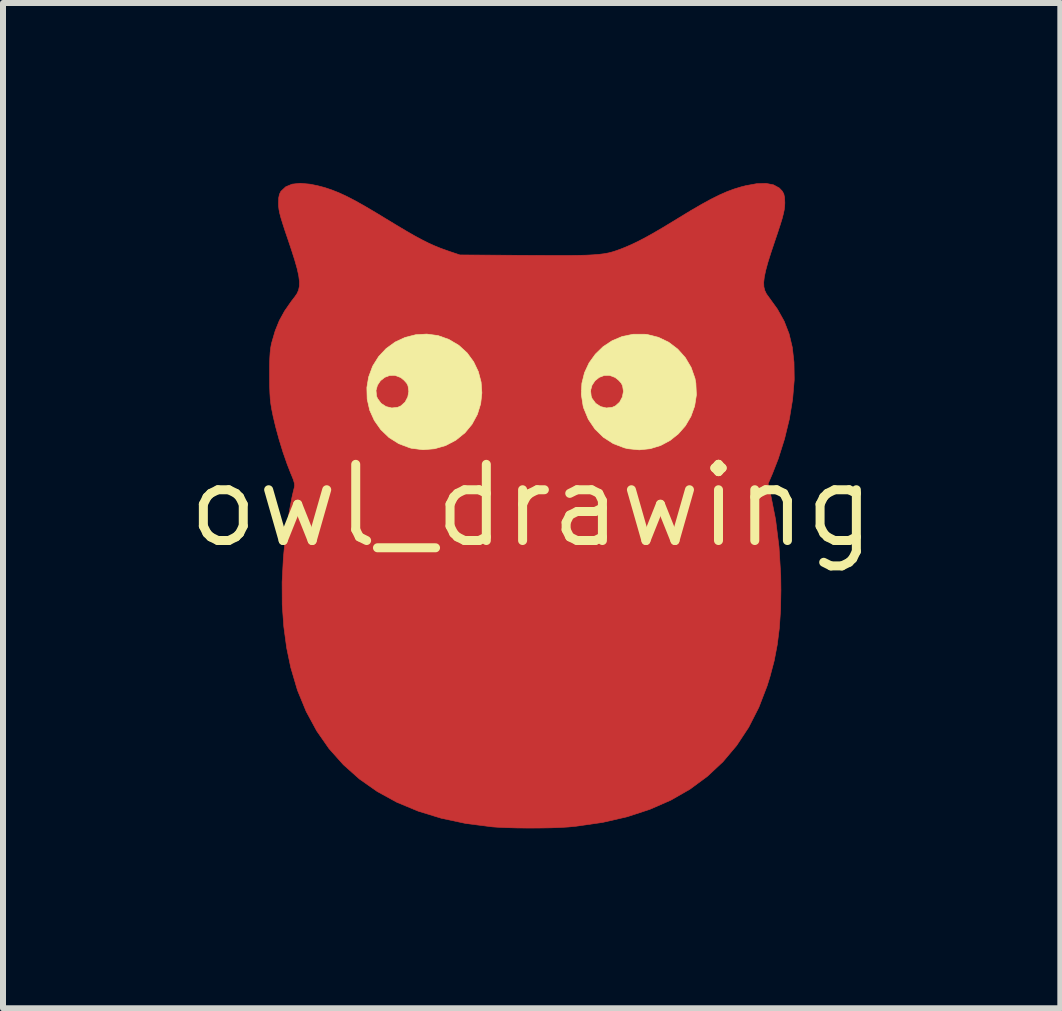
<source format=kicad_pcb>
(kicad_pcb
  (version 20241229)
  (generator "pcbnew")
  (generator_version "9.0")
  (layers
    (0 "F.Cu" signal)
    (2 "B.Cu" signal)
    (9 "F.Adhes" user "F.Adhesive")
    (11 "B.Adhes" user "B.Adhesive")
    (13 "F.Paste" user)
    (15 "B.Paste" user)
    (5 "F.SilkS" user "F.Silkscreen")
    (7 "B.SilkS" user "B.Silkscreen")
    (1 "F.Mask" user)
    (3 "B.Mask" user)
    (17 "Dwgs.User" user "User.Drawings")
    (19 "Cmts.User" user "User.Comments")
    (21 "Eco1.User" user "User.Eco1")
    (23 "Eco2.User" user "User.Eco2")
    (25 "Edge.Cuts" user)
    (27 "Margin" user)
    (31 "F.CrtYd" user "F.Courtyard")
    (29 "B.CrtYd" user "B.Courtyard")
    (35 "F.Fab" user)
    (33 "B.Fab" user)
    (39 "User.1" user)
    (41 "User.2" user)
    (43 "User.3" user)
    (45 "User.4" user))
  (footprint "owl_drawing"
    (layer "F.Cu")
    (at 5.813 5.381)
    (property "Reference" "owl_drawing" (at 0 0 0) (layer "F.SilkS") (effects (font (size 1.27 1.27) (thickness 0.15))))
    (attr through_hole)
    (fp_poly (pts (xy -3.695 -5.361) (xy -3.567 -5.335) (xy -3.449 -5.304) (xy -3.333 -5.265) (xy -3.214 -5.218) (xy -3.086 -5.159) (xy -2.943 -5.085) (xy -2.781 -4.994) (xy -2.593 -4.883) (xy -2.445 -4.793) (xy -2.252 -4.676) (xy -2.089 -4.579) (xy -1.95 -4.499) (xy -1.829 -4.434) (xy -1.72 -4.379) (xy -1.618 -4.333) (xy -1.517 -4.292) (xy -1.411 -4.254) (xy -1.369 -4.239) (xy -1.196 -4.181) (xy -0.075 -4.174) (xy 0.191 -4.173) (xy 0.418 -4.172) (xy 0.611 -4.172) (xy 0.774 -4.174) (xy 0.911 -4.177) (xy 1.026 -4.183) (xy 1.122 -4.191) (xy 1.205 -4.201) (xy 1.277 -4.214) (xy 1.344 -4.231) (xy 1.409 -4.252) (xy 1.476 -4.276) (xy 1.549 -4.305) (xy 1.559 -4.309) (xy 1.661 -4.353) (xy 1.77 -4.405) (xy 1.889 -4.467) (xy 2.026 -4.543) (xy 2.185 -4.636) (xy 2.372 -4.749) (xy 2.445 -4.794) (xy 2.654 -4.921) (xy 2.835 -5.026) (xy 2.992 -5.112) (xy 3.131 -5.181) (xy 3.258 -5.237) (xy 3.377 -5.281) (xy 3.496 -5.317) (xy 3.567 -5.335) (xy 3.751 -5.369) (xy 3.906 -5.374) (xy 4.031 -5.35) (xy 4.128 -5.297) (xy 4.178 -5.244) (xy 4.203 -5.198) (xy 4.216 -5.14) (xy 4.22 -5.055) (xy 4.22 -5.042) (xy 4.217 -4.989) (xy 4.21 -4.932) (xy 4.196 -4.867) (xy 4.175 -4.785) (xy 4.143 -4.682) (xy 4.1 -4.55) (xy 4.057 -4.423) (xy 3.99 -4.223) (xy 3.938 -4.058) (xy 3.901 -3.922) (xy 3.878 -3.812) (xy 3.868 -3.723) (xy 3.871 -3.649) (xy 3.887 -3.587) (xy 3.914 -3.531) (xy 3.951 -3.48) (xy 4.096 -3.279) (xy 4.209 -3.077) (xy 4.291 -2.866) (xy 4.345 -2.64) (xy 4.373 -2.392) (xy 4.377 -2.115) (xy 4.376 -2.085) (xy 4.35 -1.775) (xy 4.296 -1.447) (xy 4.215 -1.113) (xy 4.111 -0.784) (xy 4.013 -0.533) (xy 3.941 -0.366) (xy 3.981 -0.2) (xy 4.066 0.229) (xy 4.123 0.685) (xy 4.152 1.163) (xy 4.155 1.408) (xy 4.149 1.738) (xy 4.129 2.038) (xy 4.094 2.317) (xy 4.043 2.584) (xy 3.973 2.848) (xy 3.926 3) (xy 3.787 3.361) (xy 3.618 3.693) (xy 3.418 3.996) (xy 3.189 4.268) (xy 2.929 4.511) (xy 2.639 4.725) (xy 2.32 4.908) (xy 1.97 5.061) (xy 1.591 5.185) (xy 1.182 5.279) (xy 0.744 5.342) (xy 0.614 5.355) (xy 0.483 5.363) (xy 0.322 5.369) (xy 0.14 5.372) (xy -0.051 5.373) (xy -0.241 5.371) (xy -0.418 5.366) (xy -0.571 5.359) (xy -0.655 5.353) (xy -1.095 5.297) (xy -1.508 5.209) (xy -1.892 5.091) (xy -2.248 4.943) (xy -2.574 4.764) (xy -2.872 4.555) (xy -3.139 4.317) (xy -3.377 4.05) (xy -3.583 3.754) (xy -3.759 3.429) (xy -3.904 3.076) (xy -4.016 2.696) (xy -4.084 2.37) (xy -4.132 2.014) (xy -4.158 1.651) (xy -4.16 1.273) (xy -4.139 0.872) (xy -4.114 0.603) (xy -4.098 0.465) (xy -4.076 0.312) (xy -4.05 0.154) (xy -4.023 0.002) (xy -3.997 -0.135) (xy -3.972 -0.246) (xy -3.96 -0.292) (xy -3.952 -0.333) (xy -3.956 -0.377) (xy -3.973 -0.436) (xy -4.007 -0.52) (xy -4.012 -0.53) (xy -4.077 -0.697) (xy -4.145 -0.892) (xy -4.209 -1.1) (xy -4.266 -1.308) (xy -4.312 -1.501) (xy -4.312 -1.503) (xy -4.333 -1.606) (xy -4.348 -1.696) (xy -4.358 -1.784) (xy -4.364 -1.881) (xy -4.368 -1.997) (xy -4.369 -2.143) (xy -4.369 -2.17) (xy -4.369 -2.328) (xy -4.366 -2.453) (xy -4.36 -2.551) (xy -4.351 -2.631) (xy -4.338 -2.7) (xy -4.333 -2.72) (xy -4.276 -2.915) (xy -4.207 -3.086) (xy -4.119 -3.246) (xy -4.006 -3.409) (xy -3.95 -3.481) (xy -3.912 -3.536) (xy -3.886 -3.594) (xy -3.872 -3.66) (xy -3.871 -3.738) (xy -3.883 -3.834) (xy -3.909 -3.952) (xy -3.95 -4.096) (xy -4.006 -4.271) (xy -4.057 -4.424) (xy -4.111 -4.582) (xy -4.151 -4.706) (xy -4.181 -4.803) (xy -4.201 -4.88) (xy -4.213 -4.942) (xy -4.219 -4.996) (xy -4.22 -5.043) (xy -4.217 -5.133) (xy -4.204 -5.194) (xy -4.18 -5.242) (xy -4.178 -5.244) (xy -4.1 -5.317) (xy -3.994 -5.361) (xy -3.859 -5.376) (xy -3.695 -5.361)) (stroke (width 0.01) (type solid)) (fill yes) (layer "F.Cu"))
    (fp_poly (pts (xy 0.212 -1.29) (xy 0.383 -1.288) (xy 0.511 -1.283) (xy 0.596 -1.277) (xy 0.64 -1.268) (xy 0.642 -1.268) (xy 0.7 -1.226) (xy 0.739 -1.167) (xy 0.76 -1.09) (xy 0.76 -0.992) (xy 0.741 -0.872) (xy 0.7 -0.727) (xy 0.639 -0.554) (xy 0.556 -0.352) (xy 0.451 -0.119) (xy 0.324 0.146) (xy 0.249 0.297) (xy 0.187 0.414) (xy 0.136 0.499) (xy 0.094 0.558) (xy 0.057 0.594) (xy 0.022 0.611) (xy 0 0.614) (xy -0.045 0.599) (xy -0.093 0.565) (xy -0.094 0.564) (xy -0.119 0.529) (xy -0.158 0.464) (xy -0.208 0.373) (xy -0.264 0.266) (xy -0.323 0.148) (xy -0.324 0.146) (xy -0.452 -0.12) (xy -0.557 -0.353) (xy -0.639 -0.555) (xy -0.701 -0.727) (xy -0.741 -0.873) (xy -0.76 -0.993) (xy -0.76 -1.09) (xy -0.739 -1.167) (xy -0.7 -1.226) (xy -0.642 -1.268) (xy -0.602 -1.276) (xy -0.521 -1.282) (xy -0.397 -1.287) (xy -0.231 -1.29) (xy -0.023 -1.291) (xy 0 -1.291) (xy 0.212 -1.29)) (stroke (width 0.01) (type solid)) (fill yes) (layer "F.Mask"))
    (fp_poly (pts (xy -3.695 -5.361) (xy -3.567 -5.335) (xy -3.449 -5.304) (xy -3.333 -5.265) (xy -3.214 -5.218) (xy -3.086 -5.159) (xy -2.943 -5.085) (xy -2.781 -4.994) (xy -2.593 -4.883) (xy -2.445 -4.793) (xy -2.252 -4.676) (xy -2.089 -4.579) (xy -1.95 -4.499) (xy -1.829 -4.434) (xy -1.72 -4.379) (xy -1.618 -4.333) (xy -1.517 -4.292) (xy -1.411 -4.254) (xy -1.369 -4.239) (xy -1.196 -4.181) (xy -0.075 -4.174) (xy 0.191 -4.173) (xy 0.418 -4.172) (xy 0.611 -4.172) (xy 0.774 -4.174) (xy 0.911 -4.177) (xy 1.026 -4.183) (xy 1.122 -4.191) (xy 1.205 -4.201) (xy 1.277 -4.214) (xy 1.344 -4.231) (xy 1.409 -4.252) (xy 1.476 -4.276) (xy 1.549 -4.305) (xy 1.559 -4.309) (xy 1.661 -4.353) (xy 1.77 -4.405) (xy 1.889 -4.467) (xy 2.026 -4.543) (xy 2.185 -4.636) (xy 2.372 -4.749) (xy 2.445 -4.794) (xy 2.654 -4.921) (xy 2.835 -5.026) (xy 2.992 -5.112) (xy 3.131 -5.181) (xy 3.258 -5.237) (xy 3.377 -5.281) (xy 3.496 -5.317) (xy 3.567 -5.335) (xy 3.751 -5.369) (xy 3.906 -5.374) (xy 4.031 -5.35) (xy 4.128 -5.297) (xy 4.178 -5.244) (xy 4.203 -5.198) (xy 4.216 -5.14) (xy 4.22 -5.055) (xy 4.22 -5.042) (xy 4.217 -4.989) (xy 4.21 -4.932) (xy 4.196 -4.867) (xy 4.175 -4.785) (xy 4.143 -4.682) (xy 4.1 -4.55) (xy 4.057 -4.423) (xy 3.99 -4.223) (xy 3.938 -4.058) (xy 3.901 -3.922) (xy 3.878 -3.812) (xy 3.868 -3.723) (xy 3.871 -3.649) (xy 3.887 -3.587) (xy 3.914 -3.531) (xy 3.951 -3.48) (xy 4.096 -3.279) (xy 4.209 -3.077) (xy 4.291 -2.866) (xy 4.345 -2.64) (xy 4.373 -2.392) (xy 4.377 -2.115) (xy 4.376 -2.085) (xy 4.35 -1.775) (xy 4.296 -1.449) (xy 4.216 -1.115) (xy 4.112 -0.787) (xy 4.013 -0.534) (xy 3.942 -0.369) (xy 3.992 -0.147) (xy 4.037 0.076) (xy 4.076 0.324) (xy 4.11 0.585) (xy 4.136 0.851) (xy 4.154 1.11) (xy 4.163 1.352) (xy 4.162 1.567) (xy 4.16 1.63) (xy 4.138 1.942) (xy 4.106 2.223) (xy 4.063 2.481) (xy 4.007 2.727) (xy 3.936 2.969) (xy 3.926 3) (xy 3.787 3.361) (xy 3.618 3.693) (xy 3.418 3.996) (xy 3.189 4.268) (xy 2.929 4.511) (xy 2.639 4.725) (xy 2.32 4.908) (xy 1.97 5.061) (xy 1.591 5.185) (xy 1.182 5.279) (xy 0.744 5.342) (xy 0.614 5.355) (xy 0.483 5.363) (xy 0.322 5.369) (xy 0.14 5.372) (xy -0.051 5.373) (xy -0.241 5.371) (xy -0.418 5.366) (xy -0.571 5.359) (xy -0.655 5.353) (xy -1.095 5.297) (xy -1.508 5.209) (xy -1.892 5.091) (xy -2.248 4.943) (xy -2.574 4.764) (xy -2.872 4.555) (xy -3.139 4.317) (xy -3.377 4.05) (xy -3.583 3.754) (xy -3.759 3.429) (xy -3.904 3.076) (xy -4.016 2.696) (xy -4.084 2.37) (xy -4.132 2.014) (xy -4.158 1.651) (xy -4.16 1.273) (xy -4.139 0.872) (xy -4.114 0.603) (xy -4.098 0.465) (xy -4.076 0.312) (xy -4.05 0.154) (xy -4.023 0.002) (xy -3.997 -0.135) (xy -3.972 -0.246) (xy -3.96 -0.292) (xy -3.952 -0.333) (xy -3.956 -0.377) (xy -3.973 -0.436) (xy -4.007 -0.52) (xy -4.012 -0.53) (xy -4.077 -0.697) (xy -4.145 -0.892) (xy -4.209 -1.1) (xy -4.266 -1.308) (xy -4.312 -1.501) (xy -4.312 -1.503) (xy -4.333 -1.606) (xy -4.348 -1.696) (xy -4.358 -1.784) (xy -4.364 -1.881) (xy -4.368 -1.997) (xy -4.369 -2.143) (xy -4.369 -2.17) (xy -4.369 -2.328) (xy -4.368 -2.336) (xy -4.094 -2.336) (xy -4.094 -2.043) (xy -4.059 -1.726) (xy -3.989 -1.384) (xy -3.891 -1.042) (xy -3.85 -0.92) (xy -3.804 -0.79) (xy -3.758 -0.67) (xy -3.725 -0.588) (xy -3.643 -0.399) (xy -3.693 -0.173) (xy -3.787 0.315) (xy -3.847 0.796) (xy -3.874 1.266) (xy -3.867 1.72) (xy -3.826 2.155) (xy -3.777 2.448) (xy -3.683 2.825) (xy -3.557 3.174) (xy -3.4 3.495) (xy -3.212 3.788) (xy -2.992 4.052) (xy -2.743 4.287) (xy -2.463 4.493) (xy -2.153 4.668) (xy -1.815 4.814) (xy -1.447 4.929) (xy -1.051 5.014) (xy -0.889 5.039) (xy -0.609 5.068) (xy -0.303 5.085) (xy 0.015 5.091) (xy 0.332 5.084) (xy 0.633 5.065) (xy 0.809 5.047) (xy 1.225 4.979) (xy 1.61 4.881) (xy 1.966 4.753) (xy 2.292 4.595) (xy 2.588 4.408) (xy 2.854 4.191) (xy 3.09 3.944) (xy 3.296 3.668) (xy 3.471 3.362) (xy 3.616 3.027) (xy 3.661 2.9) (xy 3.755 2.556) (xy 3.822 2.185) (xy 3.862 1.79) (xy 3.874 1.377) (xy 3.858 0.95) (xy 3.815 0.514) (xy 3.745 0.072) (xy 3.694 -0.171) (xy 3.643 -0.399) (xy 3.725 -0.588) (xy 3.765 -0.687) (xy 3.811 -0.809) (xy 3.857 -0.939) (xy 3.891 -1.042) (xy 3.994 -1.406) (xy 4.062 -1.745) (xy 4.095 -2.061) (xy 4.093 -2.353) (xy 4.057 -2.622) (xy 3.985 -2.866) (xy 3.879 -3.086) (xy 3.748 -3.27) (xy 3.683 -3.355) (xy 3.633 -3.438) (xy 3.599 -3.526) (xy 3.581 -3.621) (xy 3.579 -3.729) (xy 3.594 -3.854) (xy 3.625 -4.001) (xy 3.672 -4.174) (xy 3.736 -4.378) (xy 3.798 -4.561) (xy 3.841 -4.688) (xy 3.879 -4.807) (xy 3.908 -4.908) (xy 3.929 -4.986) (xy 3.937 -5.032) (xy 3.937 -5.034) (xy 3.937 -5.106) (xy 3.818 -5.091) (xy 3.706 -5.073) (xy 3.595 -5.047) (xy 3.479 -5.01) (xy 3.354 -4.961) (xy 3.216 -4.896) (xy 3.059 -4.815) (xy 2.879 -4.714) (xy 2.672 -4.593) (xy 2.555 -4.522) (xy 2.358 -4.405) (xy 2.192 -4.307) (xy 2.05 -4.227) (xy 1.927 -4.162) (xy 1.817 -4.108) (xy 1.714 -4.063) (xy 1.613 -4.024) (xy 1.517 -3.99) (xy 1.434 -3.964) (xy 1.352 -3.942) (xy 1.267 -3.924) (xy 1.174 -3.909) (xy 1.069 -3.897) (xy 0.947 -3.889) (xy 0.804 -3.882) (xy 0.635 -3.878) (xy 0.436 -3.875) (xy 0.203 -3.874) (xy 0 -3.873) (xy -0.262 -3.874) (xy -0.487 -3.876) (xy -0.678 -3.879) (xy -0.84 -3.883) (xy -0.978 -3.89) (xy -1.095 -3.9) (xy -1.197 -3.912) (xy -1.288 -3.928) (xy -1.372 -3.947) (xy -1.453 -3.97) (xy -1.517 -3.99) (xy -1.621 -4.026) (xy -1.722 -4.066) (xy -1.825 -4.112) (xy -1.936 -4.166) (xy -2.06 -4.233) (xy -2.204 -4.314) (xy -2.372 -4.413) (xy -2.555 -4.522) (xy -2.778 -4.656) (xy -2.971 -4.766) (xy -3.139 -4.857) (xy -3.286 -4.93) (xy -3.417 -4.987) (xy -3.537 -5.03) (xy -3.65 -5.061) (xy -3.761 -5.083) (xy -3.818 -5.091) (xy -3.937 -5.106) (xy -3.937 -5.034) (xy -3.93 -4.993) (xy -3.911 -4.918) (xy -3.882 -4.819) (xy -3.846 -4.702) (xy -3.803 -4.576) (xy -3.798 -4.561) (xy -3.721 -4.33) (xy -3.66 -4.134) (xy -3.616 -3.967) (xy -3.589 -3.825) (xy -3.578 -3.704) (xy -3.584 -3.599) (xy -3.605 -3.506) (xy -3.643 -3.42) (xy -3.696 -3.336) (xy -3.748 -3.27) (xy -3.887 -3.073) (xy -3.991 -2.851) (xy -4.06 -2.606) (xy -4.094 -2.336) (xy -4.368 -2.336) (xy -4.366 -2.453) (xy -4.36 -2.551) (xy -4.351 -2.631) (xy -4.338 -2.7) (xy -4.333 -2.72) (xy -4.276 -2.915) (xy -4.207 -3.086) (xy -4.119 -3.246) (xy -4.006 -3.409) (xy -3.95 -3.481) (xy -3.912 -3.536) (xy -3.886 -3.594) (xy -3.872 -3.66) (xy -3.871 -3.738) (xy -3.883 -3.834) (xy -3.909 -3.952) (xy -3.95 -4.096) (xy -4.006 -4.271) (xy -4.057 -4.424) (xy -4.111 -4.582) (xy -4.151 -4.706) (xy -4.181 -4.803) (xy -4.201 -4.88) (xy -4.213 -4.942) (xy -4.219 -4.996) (xy -4.22 -5.043) (xy -4.217 -5.133) (xy -4.204 -5.194) (xy -4.18 -5.242) (xy -4.178 -5.244) (xy -4.1 -5.317) (xy -3.994 -5.361) (xy -3.859 -5.376) (xy -3.695 -5.361)) (stroke (width 0.01) (type solid)) (fill yes) (layer "F.Mask"))
    (fp_poly (pts (xy -1.561 -2.837) (xy -1.381 -2.773) (xy -1.214 -2.674) (xy -1.075 -2.547) (xy -0.967 -2.399) (xy -0.889 -2.236) (xy -0.843 -2.061) (xy -0.83 -1.881) (xy -0.85 -1.701) (xy -0.904 -1.525) (xy -0.994 -1.359) (xy -1.111 -1.217) (xy -1.264 -1.093) (xy -1.435 -1.003) (xy -1.62 -0.95) (xy -1.811 -0.934) (xy -2.002 -0.958) (xy -2.03 -0.965) (xy -2.216 -1.035) (xy -2.379 -1.138) (xy -2.515 -1.269) (xy -2.623 -1.422) (xy -2.7 -1.593) (xy -2.742 -1.778) (xy -2.746 -1.922) (xy -2.595 -1.922) (xy -2.586 -1.828) (xy -2.57 -1.788) (xy -2.51 -1.707) (xy -2.427 -1.653) (xy -2.332 -1.63) (xy -2.234 -1.641) (xy -2.181 -1.664) (xy -2.11 -1.728) (xy -2.065 -1.813) (xy -2.048 -1.907) (xy -2.061 -1.999) (xy -2.083 -2.043) (xy -2.127 -2.092) (xy -2.183 -2.137) (xy -2.187 -2.139) (xy -2.278 -2.173) (xy -2.368 -2.172) (xy -2.451 -2.14) (xy -2.521 -2.084) (xy -2.571 -2.009) (xy -2.595 -1.922) (xy -2.746 -1.922) (xy -2.747 -1.971) (xy -2.718 -2.145) (xy -2.651 -2.327) (xy -2.551 -2.487) (xy -2.425 -2.621) (xy -2.276 -2.729) (xy -2.11 -2.806) (xy -1.933 -2.851) (xy -1.748 -2.862) (xy -1.561 -2.837)) (stroke (width 0.01) (type solid)) (fill yes) (layer "F.SilkS"))
    (fp_poly (pts (xy 1.926 -2.855) (xy 2.113 -2.808) (xy 2.284 -2.726) (xy 2.435 -2.611) (xy 2.561 -2.47) (xy 2.658 -2.306) (xy 2.722 -2.125) (xy 2.737 -2.044) (xy 2.746 -1.848) (xy 2.717 -1.662) (xy 2.655 -1.49) (xy 2.564 -1.334) (xy 2.446 -1.199) (xy 2.307 -1.088) (xy 2.149 -1.004) (xy 1.977 -0.951) (xy 1.794 -0.932) (xy 1.605 -0.951) (xy 1.547 -0.965) (xy 1.36 -1.036) (xy 1.195 -1.142) (xy 1.055 -1.279) (xy 0.945 -1.441) (xy 0.868 -1.627) (xy 0.858 -1.662) (xy 0.828 -1.855) (xy 0.831 -1.922) (xy 0.982 -1.922) (xy 0.992 -1.828) (xy 1.007 -1.788) (xy 1.067 -1.707) (xy 1.15 -1.653) (xy 1.245 -1.63) (xy 1.343 -1.641) (xy 1.396 -1.664) (xy 1.467 -1.728) (xy 1.512 -1.813) (xy 1.53 -1.907) (xy 1.516 -1.999) (xy 1.494 -2.043) (xy 1.45 -2.092) (xy 1.394 -2.137) (xy 1.391 -2.139) (xy 1.3 -2.173) (xy 1.209 -2.172) (xy 1.126 -2.14) (xy 1.056 -2.084) (xy 1.006 -2.009) (xy 0.982 -1.922) (xy 0.831 -1.922) (xy 0.837 -2.041) (xy 0.881 -2.218) (xy 0.957 -2.381) (xy 1.062 -2.527) (xy 1.191 -2.652) (xy 1.341 -2.751) (xy 1.51 -2.822) (xy 1.693 -2.859) (xy 1.886 -2.859) (xy 1.926 -2.855)) (stroke (width 0.01) (type solid)) (fill yes) (layer "F.SilkS")))
  (gr_rect
    (start -3 -3)
    (end 14.626 13.758)
    (stroke (width 0.1) (type default))
    (fill no)
    (layer "Edge.Cuts")))
</source>
